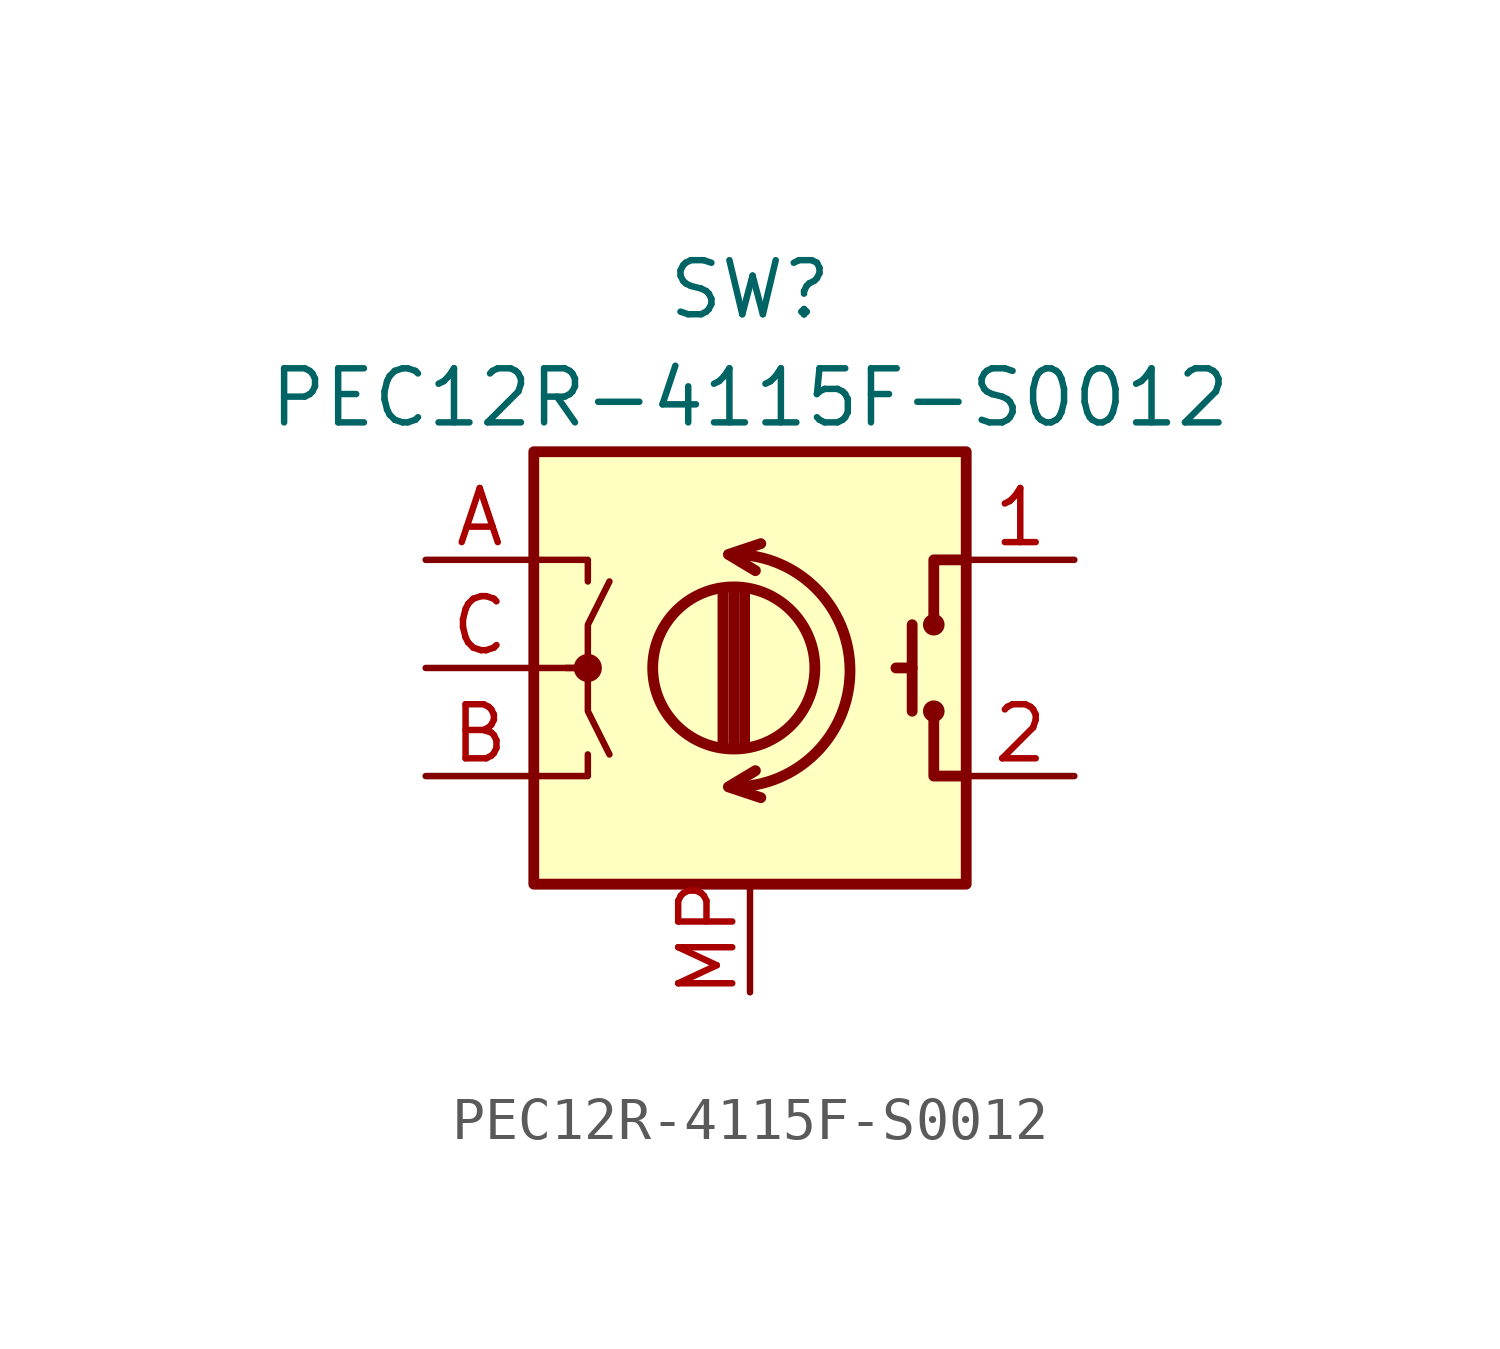
<source format=kicad_sym>
(kicad_symbol_lib
  (version 20211014)
  (generator kicad_symbol_editor)
  (symbol "PEC12R-4115F-S0012"
    (pin_names
      (offset 0.254) hide)
    (property "Reference" "SW"
      (at 0 8.89 0)
      (effects (font (size 1.27 1.27))))
    (property "Value" "PEC12R-4115F-S0012"
      (at 0 6.35 0)
      (effects (font (size 1.27 1.27))))
    (symbol "PEC12R-4115F-S0012_0_1"
      (rectangle (start -5.08 5.08) (end 5.08 -5.08) (stroke (width 0.254) (type default) (color 0 0 0 0)) (fill (type background)))
      (circle (center -3.81 0) (radius 0.254) (stroke (width 0) (type default) (color 0 0 0 0)) (fill (type outline)))
      (arc (start -0.381 -2.794) (mid 2.3622 -0.0635) (end -0.381 2.667) (stroke (width 0.254) (type default) (color 0 0 0 0)) (fill (type none)))
      (circle (center -0.381 0) (radius 1.905) (stroke (width 0.254) (type default) (color 0 0 0 0)) (fill (type none)))
      (polyline (pts (xy -0.635 -1.778) (xy -0.635 1.778)) (stroke (width 0.254) (type default) (color 0 0 0 0)) (fill (type none)))
      (polyline (pts (xy -0.381 -1.778) (xy -0.381 1.778)) (stroke (width 0.254) (type default) (color 0 0 0 0)) (fill (type none)))
      (polyline (pts (xy -0.127 1.778) (xy -0.127 -1.778)) (stroke (width 0.254) (type default) (color 0 0 0 0)) (fill (type none)))
      (polyline (pts (xy 3.81 0) (xy 3.429 0)) (stroke (width 0.254) (type default) (color 0 0 0 0)) (fill (type none)))
      (polyline (pts (xy 3.81 1.016) (xy 3.81 -1.016)) (stroke (width 0.254) (type default) (color 0 0 0 0)) (fill (type none)))
      (polyline (pts (xy -5.08 -2.54) (xy -3.81 -2.54) (xy -3.81 -2.032)) (stroke (width 0) (type default) (color 0 0 0 0)) (fill (type none)))
      (polyline (pts (xy -5.08 2.54) (xy -3.81 2.54) (xy -3.81 2.032)) (stroke (width 0) (type default) (color 0 0 0 0)) (fill (type none)))
      (polyline (pts (xy 0.254 -3.048) (xy -0.508 -2.794) (xy 0.127 -2.413)) (stroke (width 0.254) (type default) (color 0 0 0 0)) (fill (type none)))
      (polyline (pts (xy 0.254 2.921) (xy -0.508 2.667) (xy 0.127 2.286)) (stroke (width 0.254) (type default) (color 0 0 0 0)) (fill (type none)))
      (polyline (pts (xy 5.08 -2.54) (xy 4.318 -2.54) (xy 4.318 -1.016)) (stroke (width 0.254) (type default) (color 0 0 0 0)) (fill (type none)))
      (polyline (pts (xy 5.08 2.54) (xy 4.318 2.54) (xy 4.318 1.016)) (stroke (width 0.254) (type default) (color 0 0 0 0)) (fill (type none)))
      (polyline (pts (xy -5.08 0) (xy -3.81 0) (xy -3.81 -1.016) (xy -3.302 -2.032)) (stroke (width 0) (type default) (color 0 0 0 0)) (fill (type none)))
      (polyline (pts (xy -4.318 0) (xy -3.81 0) (xy -3.81 1.016) (xy -3.302 2.032)) (stroke (width 0) (type default) (color 0 0 0 0)) (fill (type none)))
      (circle (center 4.318 -1.016) (radius 0.127) (stroke (width 0.254) (type default) (color 0 0 0 0)) (fill (type none)))
      (circle (center 4.318 1.016) (radius 0.127) (stroke (width 0.254) (type default) (color 0 0 0 0)) (fill (type none))))
    (symbol "PEC12R-4115F-S0012_1_1"
      (pin passive line (at 7.62 2.54 180) (length 2.54) (name "1" (effects (font (size 1.27 1.27)))) (number "1" (effects (font (size 1.27 1.27)))))
      (pin passive line (at 7.62 -2.54 180) (length 2.54) (name "2" (effects (font (size 1.27 1.27)))) (number "2" (effects (font (size 1.27 1.27)))))
      (pin passive line (at -7.62 2.54 0) (length 2.54) (name "A" (effects (font (size 1.27 1.27)))) (number "A" (effects (font (size 1.27 1.27)))))
      (pin passive line (at -7.62 -2.54 0) (length 2.54) (name "B" (effects (font (size 1.27 1.27)))) (number "B" (effects (font (size 1.27 1.27)))))
      (pin passive line (at -7.62 0 0) (length 2.54) (name "C" (effects (font (size 1.27 1.27)))) (number "C" (effects (font (size 1.27 1.27)))))
      (pin passive line (at 0 -7.62 90) (length 2.54) (name "MP" (effects (font (size 1.27 1.27)))) (number "MP" (effects (font (size 1.27 1.27))))))))
</source>
